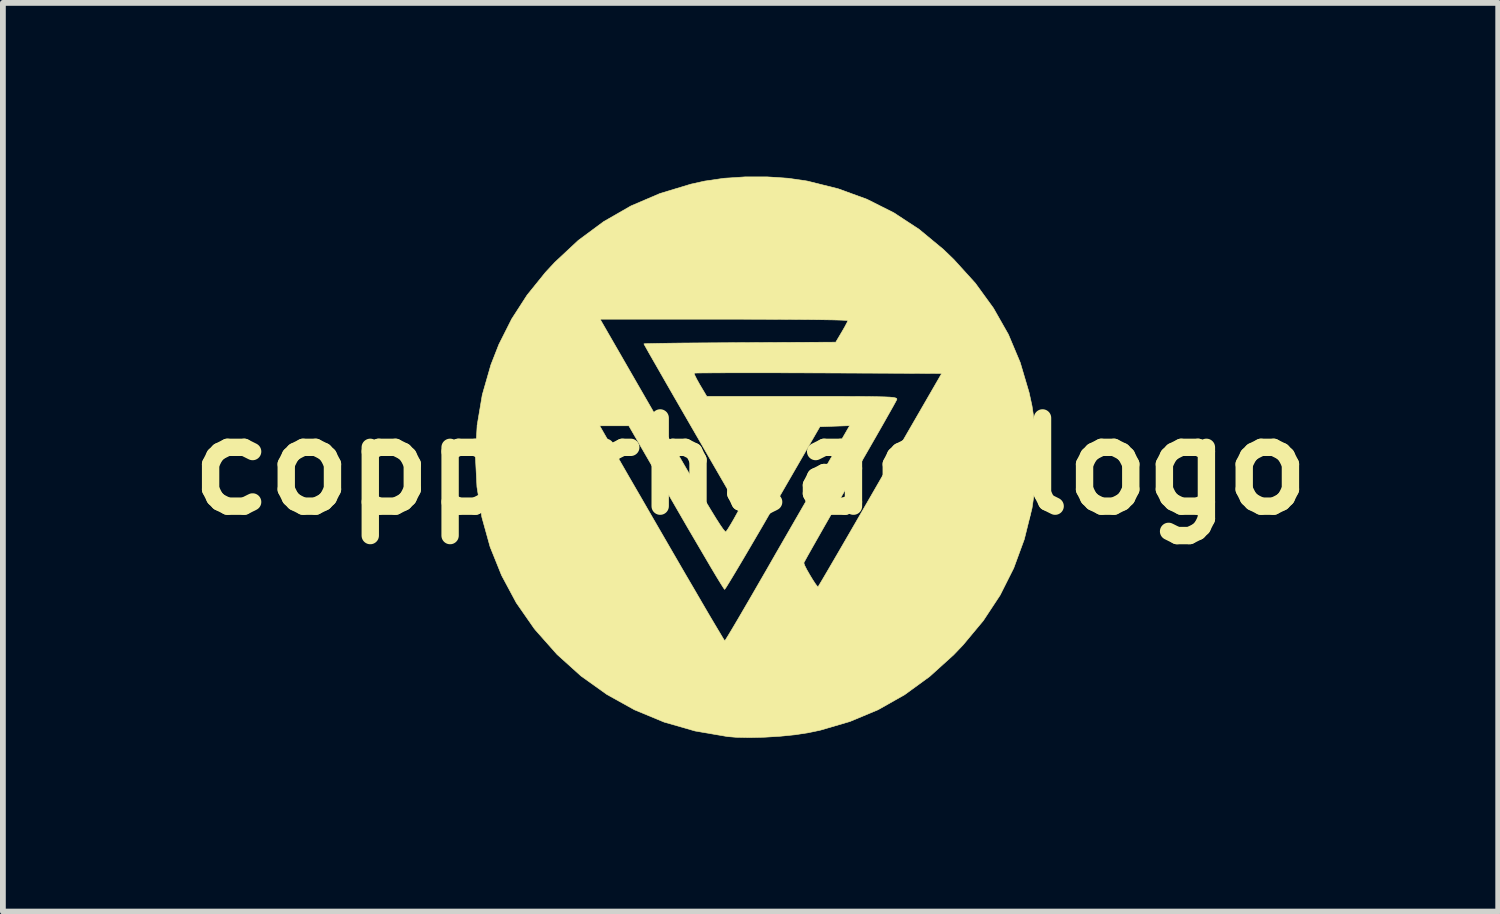
<source format=kicad_pcb>
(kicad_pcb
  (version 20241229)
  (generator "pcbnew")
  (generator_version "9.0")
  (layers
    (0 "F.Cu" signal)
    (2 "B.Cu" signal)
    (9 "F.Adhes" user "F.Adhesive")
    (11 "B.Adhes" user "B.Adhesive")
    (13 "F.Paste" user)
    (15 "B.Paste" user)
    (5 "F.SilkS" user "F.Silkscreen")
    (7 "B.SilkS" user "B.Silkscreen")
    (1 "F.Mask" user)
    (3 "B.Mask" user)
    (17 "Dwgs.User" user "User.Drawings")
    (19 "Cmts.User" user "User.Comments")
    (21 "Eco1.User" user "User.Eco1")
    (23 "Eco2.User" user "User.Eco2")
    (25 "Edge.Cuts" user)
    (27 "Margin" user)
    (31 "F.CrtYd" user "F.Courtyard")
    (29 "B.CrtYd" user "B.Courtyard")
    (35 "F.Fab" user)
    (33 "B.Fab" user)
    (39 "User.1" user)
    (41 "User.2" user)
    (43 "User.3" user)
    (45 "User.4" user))
  (footprint "copperhead_logo"
    (layer "F.Cu")
    (at 9.913 5.003)
    (property "Reference" "copperhead_logo" (at 0 0 0) (layer "F.SilkS") (effects (font (size 1.524 1.524) (thickness 0.3))))
    (attr through_hole)
    (fp_poly (pts (xy 0.287 -4.998) (xy 0.652 -4.974) (xy 0.979 -4.926) (xy 1.513 -4.793) (xy 2.01 -4.612) (xy 2.474 -4.379) (xy 2.912 -4.092) (xy 3.329 -3.747) (xy 3.51 -3.573) (xy 3.883 -3.162) (xy 4.196 -2.731) (xy 4.454 -2.277) (xy 4.658 -1.792) (xy 4.812 -1.272) (xy 4.862 -1.042) (xy 4.911 -0.711) (xy 4.935 -0.345) (xy 4.934 0.033) (xy 4.91 0.398) (xy 4.862 0.725) (xy 4.729 1.261) (xy 4.546 1.76) (xy 4.311 2.227) (xy 4.021 2.667) (xy 3.673 3.085) (xy 3.51 3.256) (xy 3.095 3.631) (xy 2.661 3.947) (xy 2.203 4.206) (xy 1.717 4.409) (xy 1.201 4.56) (xy 1 4.602) (xy 0.776 4.637) (xy 0.518 4.663) (xy 0.246 4.68) (xy -0.018 4.686) (xy -0.255 4.681) (xy -0.397 4.669) (xy -0.957 4.573) (xy -1.493 4.419) (xy -2.002 4.208) (xy -2.481 3.942) (xy -2.928 3.623) (xy -3.341 3.251) (xy -3.716 2.828) (xy -3.737 2.802) (xy -4.046 2.358) (xy -4.299 1.886) (xy -4.498 1.392) (xy -4.64 0.881) (xy -4.725 0.357) (xy -4.752 -0.173) (xy -4.722 -0.699) (xy -2.605 -0.699) (xy -2.517 -0.545) (xy -2.309 -0.184) (xy -2.101 0.178) (xy -1.894 0.535) (xy -1.692 0.885) (xy -1.497 1.222) (xy -1.311 1.543) (xy -1.137 1.843) (xy -0.976 2.118) (xy -0.833 2.364) (xy -0.708 2.578) (xy -0.604 2.753) (xy -0.524 2.887) (xy -0.471 2.976) (xy -0.446 3.014) (xy -0.445 3.015) (xy -0.426 2.988) (xy -0.379 2.912) (xy -0.307 2.792) (xy -0.213 2.633) (xy -0.101 2.441) (xy 0.027 2.221) (xy 0.166 1.98) (xy 0.279 1.785) (xy 0.442 1.5) (xy 0.611 1.207) (xy 0.778 0.917) (xy 0.939 0.638) (xy 1.087 0.381) (xy 1.216 0.157) (xy 1.322 -0.026) (xy 1.349 -0.073) (xy 1.712 -0.701) (xy 1.455 -0.692) (xy 1.198 -0.683) (xy 0.386 0.722) (xy 0.229 0.995) (xy 0.08 1.25) (xy -0.056 1.482) (xy -0.177 1.687) (xy -0.279 1.858) (xy -0.36 1.992) (xy -0.416 2.083) (xy -0.445 2.125) (xy -0.448 2.127) (xy -0.467 2.101) (xy -0.516 2.024) (xy -0.59 1.903) (xy -0.686 1.742) (xy -0.801 1.546) (xy -0.933 1.321) (xy -1.079 1.072) (xy -1.234 0.804) (xy -1.286 0.714) (xy -2.102 -0.699) (xy -2.605 -0.699) (xy -4.722 -0.699) (xy -4.722 -0.705) (xy -4.633 -1.234) (xy -4.484 -1.753) (xy -4.346 -2.105) (xy -4.127 -2.54) (xy -2.598 -2.54) (xy -1.529 -0.685) (xy -1.304 -0.296) (xy -1.109 0.04) (xy -0.941 0.327) (xy -0.8 0.565) (xy -0.684 0.758) (xy -0.592 0.908) (xy -0.521 1.018) (xy -0.471 1.09) (xy -0.439 1.127) (xy -0.425 1.132) (xy -0.392 1.086) (xy -0.341 1.003) (xy -0.293 0.921) (xy -0.196 0.746) (xy -1.019 -0.678) (xy -1.177 -0.952) (xy -1.326 -1.21) (xy -1.461 -1.445) (xy -1.554 -1.608) (xy -0.975 -1.608) (xy -0.965 -1.577) (xy -0.93 -1.506) (xy -0.877 -1.411) (xy -0.871 -1.401) (xy -0.755 -1.206) (xy 0.896 -1.206) (xy 1.262 -1.206) (xy 1.57 -1.206) (xy 1.824 -1.205) (xy 2.029 -1.204) (xy 2.191 -1.201) (xy 2.315 -1.198) (xy 2.405 -1.194) (xy 2.466 -1.188) (xy 2.504 -1.18) (xy 2.523 -1.171) (xy 2.528 -1.161) (xy 2.526 -1.151) (xy 2.506 -1.113) (xy 2.458 -1.026) (xy 2.384 -0.895) (xy 2.288 -0.725) (xy 2.172 -0.522) (xy 2.04 -0.292) (xy 1.895 -0.04) (xy 1.74 0.229) (xy 1.713 0.276) (xy 1.557 0.546) (xy 1.412 0.799) (xy 1.28 1.03) (xy 1.164 1.234) (xy 1.067 1.405) (xy 0.992 1.538) (xy 0.943 1.627) (xy 0.921 1.668) (xy 0.921 1.67) (xy 0.935 1.713) (xy 0.972 1.786) (xy 1.023 1.875) (xy 1.077 1.964) (xy 1.125 2.037) (xy 1.158 2.079) (xy 1.167 2.082) (xy 1.185 2.052) (xy 1.233 1.972) (xy 1.307 1.846) (xy 1.405 1.678) (xy 1.524 1.474) (xy 1.661 1.238) (xy 1.814 0.974) (xy 1.98 0.686) (xy 2.156 0.381) (xy 2.243 0.23) (xy 3.302 -1.603) (xy 1.169 -1.612) (xy 0.808 -1.613) (xy 0.465 -1.614) (xy 0.146 -1.614) (xy -0.143 -1.614) (xy -0.398 -1.614) (xy -0.613 -1.613) (xy -0.782 -1.612) (xy -0.902 -1.611) (xy -0.965 -1.609) (xy -0.975 -1.608) (xy -1.554 -1.608) (xy -1.58 -1.653) (xy -1.681 -1.829) (xy -1.76 -1.967) (xy -1.813 -2.062) (xy -1.84 -2.11) (xy -1.841 -2.114) (xy -1.811 -2.117) (xy -1.722 -2.119) (xy -1.582 -2.122) (xy -1.396 -2.125) (xy -1.17 -2.128) (xy -0.91 -2.13) (xy -0.622 -2.132) (xy -0.312 -2.134) (xy -0.185 -2.135) (xy 1.472 -2.143) (xy 1.576 -2.318) (xy 1.63 -2.412) (xy 1.668 -2.484) (xy 1.682 -2.516) (xy 1.651 -2.52) (xy 1.562 -2.524) (xy 1.42 -2.528) (xy 1.23 -2.531) (xy 0.997 -2.534) (xy 0.726 -2.536) (xy 0.423 -2.538) (xy 0.093 -2.539) (xy -0.26 -2.54) (xy -0.457 -2.54) (xy -2.598 -2.54) (xy -4.127 -2.54) (xy -4.125 -2.544) (xy -3.86 -2.955) (xy -3.541 -3.35) (xy -3.383 -3.52) (xy -2.975 -3.901) (xy -2.536 -4.226) (xy -2.066 -4.496) (xy -1.564 -4.711) (xy -1.028 -4.873) (xy -0.788 -4.926) (xy -0.457 -4.974) (xy -0.091 -4.998) (xy 0.287 -4.998)) (stroke (width 0.01) (type solid)) (fill yes) (layer "F.SilkS")))
  (gr_rect
    (start -3 -3)
    (end 22.827 12.694)
    (stroke (width 0.1) (type default))
    (fill no)
    (layer "Edge.Cuts")))
</source>
